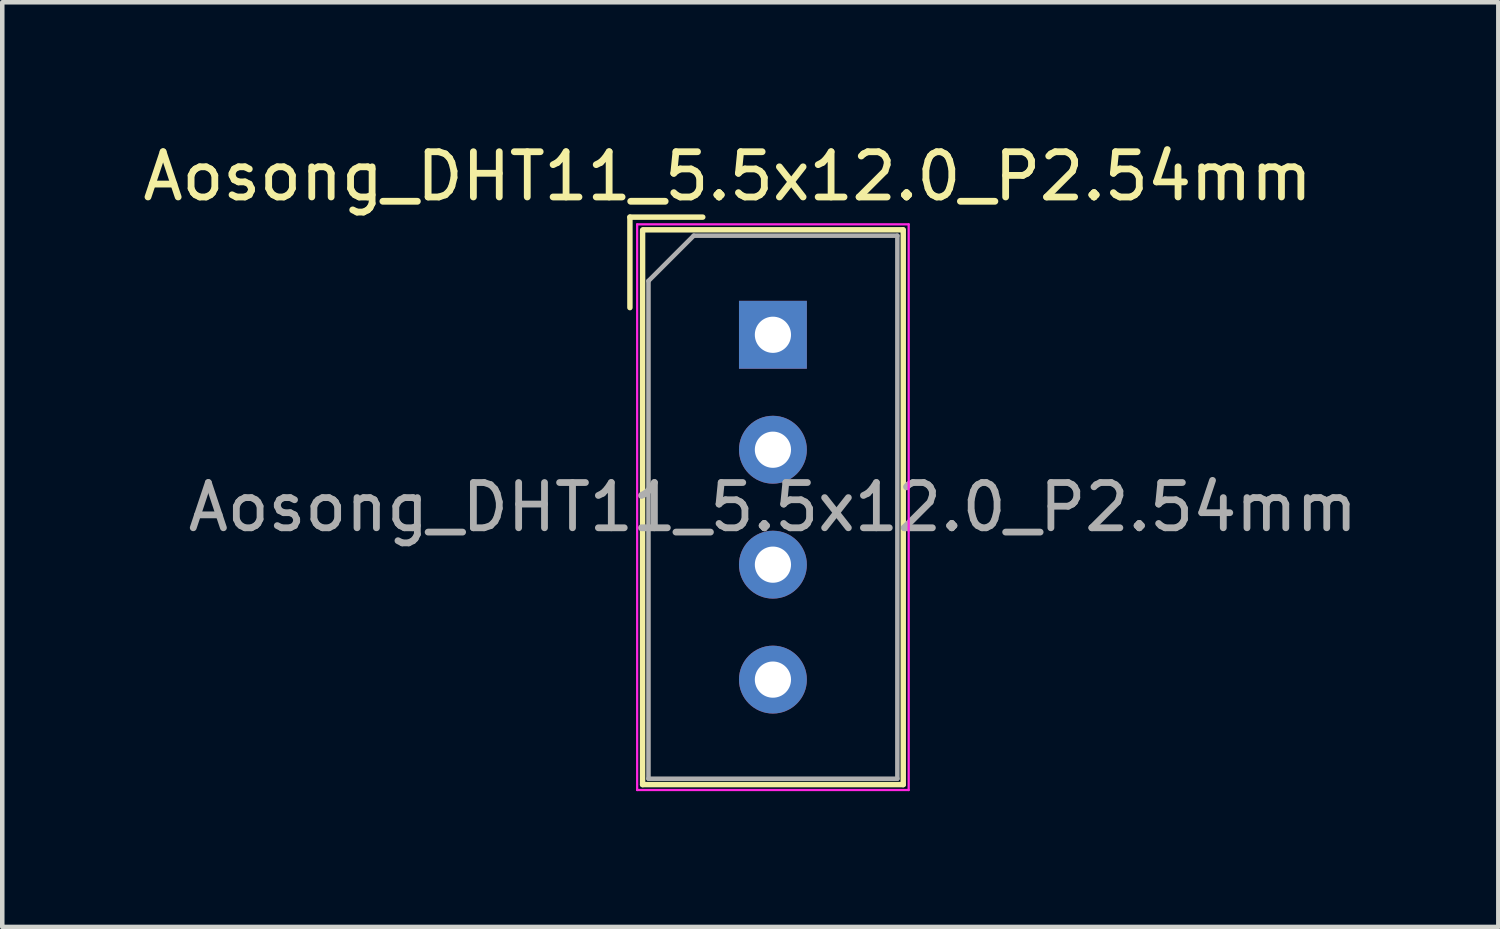
<source format=kicad_pcb>
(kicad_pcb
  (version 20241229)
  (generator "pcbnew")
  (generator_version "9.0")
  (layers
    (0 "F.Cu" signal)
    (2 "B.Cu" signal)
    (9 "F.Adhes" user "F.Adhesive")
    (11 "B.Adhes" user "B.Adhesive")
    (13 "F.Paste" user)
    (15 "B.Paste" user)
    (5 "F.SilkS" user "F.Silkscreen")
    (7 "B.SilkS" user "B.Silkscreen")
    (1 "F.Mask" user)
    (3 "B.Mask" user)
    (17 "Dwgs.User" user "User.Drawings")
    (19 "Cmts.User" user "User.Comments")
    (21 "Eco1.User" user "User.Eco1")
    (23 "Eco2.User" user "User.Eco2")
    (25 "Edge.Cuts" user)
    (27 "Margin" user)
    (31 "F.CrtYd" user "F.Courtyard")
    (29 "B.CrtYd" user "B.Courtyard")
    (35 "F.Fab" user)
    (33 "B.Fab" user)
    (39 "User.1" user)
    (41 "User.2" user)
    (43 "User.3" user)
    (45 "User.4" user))
  (footprint "Aosong_DHT11_5.5x12.0_P2.54mm"
    (layer "F.Cu")
    (at 14.03 4.348)
    (property "Reference" "Aosong_DHT11_5.5x12.0_P2.54mm" (at -1 -3.5 0) (layer "F.SilkS") (effects (font (size 1 1) (thickness 0.15))))
    (attr through_hole)
    (fp_line (start -3.16 -2.6) (end -3.16 -0.6) (stroke (width 0.12) (type solid)) (layer "F.SilkS"))
    (fp_line (start -3.16 -2.6) (end -1.55 -2.6) (stroke (width 0.12) (type solid)) (layer "F.SilkS"))
    (fp_line (start -2.88 9.94) (end -2.88 -2.31) (stroke (width 0.12) (type solid)) (layer "F.SilkS"))
    (fp_line (start -2.87 -2.32) (end 2.87 -2.32) (stroke (width 0.12) (type solid)) (layer "F.SilkS"))
    (fp_line (start 2.88 -2.32) (end 2.88 9.94) (stroke (width 0.12) (type solid)) (layer "F.SilkS"))
    (fp_line (start 2.88 9.94) (end -2.88 9.94) (stroke (width 0.12) (type solid)) (layer "F.SilkS"))
    (fp_line (start -3 -2.44) (end 3 -2.44) (stroke (width 0.05) (type solid)) (layer "F.CrtYd"))
    (fp_line (start -3 10.06) (end -3 -2.44) (stroke (width 0.05) (type solid)) (layer "F.CrtYd"))
    (fp_line (start 3 -2.44) (end 3 10.06) (stroke (width 0.05) (type solid)) (layer "F.CrtYd"))
    (fp_line (start 3 10.06) (end -3 10.06) (stroke (width 0.05) (type solid)) (layer "F.CrtYd"))
    (fp_line (start -2.75 -1.19) (end -2.75 9.81) (stroke (width 0.1) (type solid)) (layer "F.Fab"))
    (fp_line (start -2.75 -1.19) (end -1.75 -2.19) (stroke (width 0.1) (type solid)) (layer "F.Fab"))
    (fp_line (start -1.75 -2.19) (end 2.75 -2.19) (stroke (width 0.1) (type solid)) (layer "F.Fab"))
    (fp_line (start 2.75 -2.19) (end 2.75 9.81) (stroke (width 0.1) (type solid)) (layer "F.Fab"))
    (fp_line (start 2.75 9.81) (end -2.75 9.81) (stroke (width 0.1) (type solid)) (layer "F.Fab"))
    (fp_text user "${REFERENCE}" (at 0 3.81 0) (layer "F.Fab") (effects (font (size 1 1) (thickness 0.15))))
    (pad "1" thru_hole rect (at 0 0) (size 1.5 1.5) (drill 0.8) (layers "*.Cu" "*.Mask"))
    (pad "2" thru_hole circle (at 0 2.54) (size 1.5 1.5) (drill 0.8) (layers "*.Cu" "*.Mask"))
    (pad "3" thru_hole circle (at 0 5.08) (size 1.5 1.5) (drill 0.8) (layers "*.Cu" "*.Mask"))
    (pad "4" thru_hole circle (at 0 7.62) (size 1.5 1.5) (drill 0.8) (layers "*.Cu" "*.Mask")))
  (gr_rect
    (start -3 -3)
    (end 30.06 17.433)
    (stroke (width 0.1) (type default))
    (fill no)
    (layer "Edge.Cuts")))
</source>
